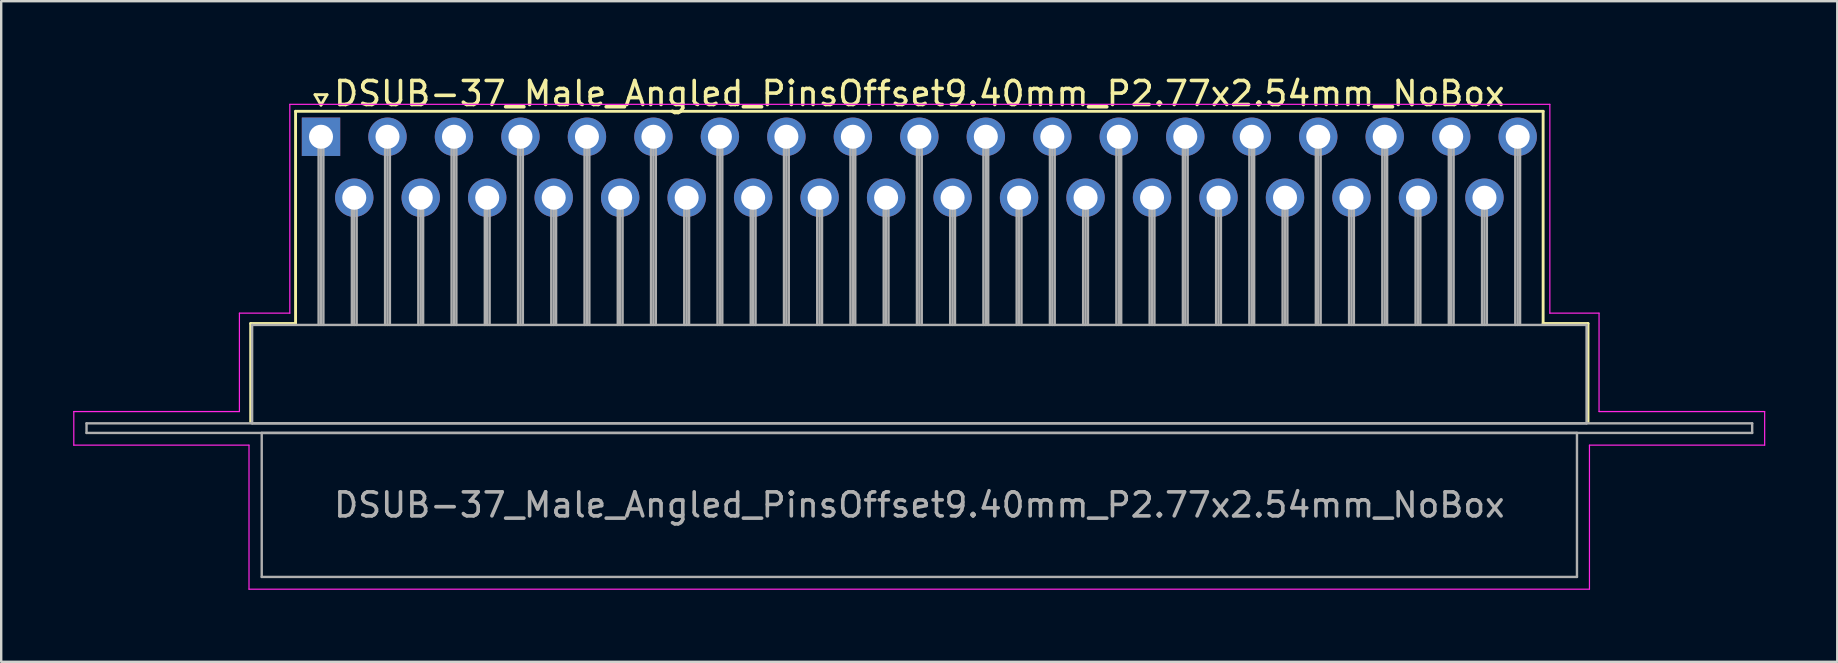
<source format=kicad_pcb>
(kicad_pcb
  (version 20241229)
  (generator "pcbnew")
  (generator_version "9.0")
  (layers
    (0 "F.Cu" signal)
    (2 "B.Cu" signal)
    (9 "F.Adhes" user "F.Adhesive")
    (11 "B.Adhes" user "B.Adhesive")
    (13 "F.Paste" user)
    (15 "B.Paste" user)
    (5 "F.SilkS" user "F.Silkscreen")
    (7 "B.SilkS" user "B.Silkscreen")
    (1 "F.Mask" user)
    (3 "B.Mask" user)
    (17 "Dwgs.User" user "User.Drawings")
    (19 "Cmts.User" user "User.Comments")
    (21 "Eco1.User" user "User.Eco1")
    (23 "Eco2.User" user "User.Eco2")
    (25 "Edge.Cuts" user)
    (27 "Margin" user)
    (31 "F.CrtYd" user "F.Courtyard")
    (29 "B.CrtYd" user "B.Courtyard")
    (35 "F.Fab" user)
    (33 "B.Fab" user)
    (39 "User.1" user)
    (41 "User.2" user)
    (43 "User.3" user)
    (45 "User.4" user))
  (footprint "DSUB-37_Male_Angled_PinsOffset9.40mm_P2.77x2.54mm_NoBox"
    (layer "F.Cu")
    (at 10.325 2.648)
    (property "Reference" "DSUB-37_Male_Angled_PinsOffset9.40mm_P2.77x2.54mm_NoBox" (at 24.93 -1.8 0) (layer "F.SilkS") (effects (font (size 1 1) (thickness 0.15))))
    (attr through_hole)
    (fp_line (start -2.93 7.78) (end -1.06 7.78) (stroke (width 0.12) (type solid)) (layer "F.SilkS"))
    (fp_line (start -2.93 11.88) (end -2.93 7.78) (stroke (width 0.12) (type solid)) (layer "F.SilkS"))
    (fp_line (start -1.06 -1.06) (end 50.92 -1.06) (stroke (width 0.12) (type solid)) (layer "F.SilkS"))
    (fp_line (start -1.06 7.78) (end -1.06 -1.06) (stroke (width 0.12) (type solid)) (layer "F.SilkS"))
    (fp_line (start -0.25 -1.754) (end 0.25 -1.754) (stroke (width 0.12) (type solid)) (layer "F.SilkS"))
    (fp_line (start 0 -1.321) (end -0.25 -1.754) (stroke (width 0.12) (type solid)) (layer "F.SilkS"))
    (fp_line (start 0.25 -1.754) (end 0 -1.321) (stroke (width 0.12) (type solid)) (layer "F.SilkS"))
    (fp_line (start 50.92 -1.06) (end 50.92 7.78) (stroke (width 0.12) (type solid)) (layer "F.SilkS"))
    (fp_line (start 50.92 7.78) (end 52.79 7.78) (stroke (width 0.12) (type solid)) (layer "F.SilkS"))
    (fp_line (start 52.79 7.78) (end 52.79 11.88) (stroke (width 0.12) (type solid)) (layer "F.SilkS"))
    (fp_line (start -10.3 11.45) (end -3.4 11.45) (stroke (width 0.05) (type solid)) (layer "F.CrtYd"))
    (fp_line (start -10.3 12.85) (end -10.3 11.45) (stroke (width 0.05) (type solid)) (layer "F.CrtYd"))
    (fp_line (start -3.4 7.35) (end -1.3 7.35) (stroke (width 0.05) (type solid)) (layer "F.CrtYd"))
    (fp_line (start -3.4 11.45) (end -3.4 7.35) (stroke (width 0.05) (type solid)) (layer "F.CrtYd"))
    (fp_line (start -3 12.85) (end -10.3 12.85) (stroke (width 0.05) (type solid)) (layer "F.CrtYd"))
    (fp_line (start -3 18.85) (end -3 12.85) (stroke (width 0.05) (type solid)) (layer "F.CrtYd"))
    (fp_line (start -1.3 -1.35) (end 51.2 -1.35) (stroke (width 0.05) (type solid)) (layer "F.CrtYd"))
    (fp_line (start -1.3 7.35) (end -1.3 -1.35) (stroke (width 0.05) (type solid)) (layer "F.CrtYd"))
    (fp_line (start 51.2 -1.35) (end 51.2 7.35) (stroke (width 0.05) (type solid)) (layer "F.CrtYd"))
    (fp_line (start 51.2 7.35) (end 53.25 7.35) (stroke (width 0.05) (type solid)) (layer "F.CrtYd"))
    (fp_line (start 52.85 12.85) (end 52.85 18.85) (stroke (width 0.05) (type solid)) (layer "F.CrtYd"))
    (fp_line (start 52.85 18.85) (end -3 18.85) (stroke (width 0.05) (type solid)) (layer "F.CrtYd"))
    (fp_line (start 53.25 7.35) (end 53.25 11.45) (stroke (width 0.05) (type solid)) (layer "F.CrtYd"))
    (fp_line (start 53.25 11.45) (end 60.15 11.45) (stroke (width 0.05) (type solid)) (layer "F.CrtYd"))
    (fp_line (start 60.15 11.45) (end 60.15 12.85) (stroke (width 0.05) (type solid)) (layer "F.CrtYd"))
    (fp_line (start 60.15 12.85) (end 52.85 12.85) (stroke (width 0.05) (type solid)) (layer "F.CrtYd"))
    (fp_line (start -9.77 11.94) (end -9.77 12.34) (stroke (width 0.1) (type solid)) (layer "F.Fab"))
    (fp_line (start -9.77 12.34) (end 59.63 12.34) (stroke (width 0.1) (type solid)) (layer "F.Fab"))
    (fp_line (start -2.87 7.84) (end -2.87 11.94) (stroke (width 0.1) (type solid)) (layer "F.Fab"))
    (fp_line (start -2.87 11.94) (end 52.73 11.94) (stroke (width 0.1) (type solid)) (layer "F.Fab"))
    (fp_line (start -2.47 12.34) (end -2.47 18.34) (stroke (width 0.1) (type solid)) (layer "F.Fab"))
    (fp_line (start -2.47 18.34) (end 52.33 18.34) (stroke (width 0.1) (type solid)) (layer "F.Fab"))
    (fp_line (start -0.1 0) (end -0.1 7.84) (stroke (width 0.1) (type solid)) (layer "F.Fab"))
    (fp_line (start 0 0) (end 0 7.84) (stroke (width 0.1) (type solid)) (layer "F.Fab"))
    (fp_line (start 0.1 0) (end 0.1 7.84) (stroke (width 0.1) (type solid)) (layer "F.Fab"))
    (fp_line (start 1.285 2.54) (end 1.285 7.84) (stroke (width 0.1) (type solid)) (layer "F.Fab"))
    (fp_line (start 1.385 2.54) (end 1.385 7.84) (stroke (width 0.1) (type solid)) (layer "F.Fab"))
    (fp_line (start 1.485 2.54) (end 1.485 7.84) (stroke (width 0.1) (type solid)) (layer "F.Fab"))
    (fp_line (start 2.67 0) (end 2.67 7.84) (stroke (width 0.1) (type solid)) (layer "F.Fab"))
    (fp_line (start 2.77 0) (end 2.77 7.84) (stroke (width 0.1) (type solid)) (layer "F.Fab"))
    (fp_line (start 2.87 0) (end 2.87 7.84) (stroke (width 0.1) (type solid)) (layer "F.Fab"))
    (fp_line (start 4.055 2.54) (end 4.055 7.84) (stroke (width 0.1) (type solid)) (layer "F.Fab"))
    (fp_line (start 4.155 2.54) (end 4.155 7.84) (stroke (width 0.1) (type solid)) (layer "F.Fab"))
    (fp_line (start 4.255 2.54) (end 4.255 7.84) (stroke (width 0.1) (type solid)) (layer "F.Fab"))
    (fp_line (start 5.44 0) (end 5.44 7.84) (stroke (width 0.1) (type solid)) (layer "F.Fab"))
    (fp_line (start 5.54 0) (end 5.54 7.84) (stroke (width 0.1) (type solid)) (layer "F.Fab"))
    (fp_line (start 5.64 0) (end 5.64 7.84) (stroke (width 0.1) (type solid)) (layer "F.Fab"))
    (fp_line (start 6.825 2.54) (end 6.825 7.84) (stroke (width 0.1) (type solid)) (layer "F.Fab"))
    (fp_line (start 6.925 2.54) (end 6.925 7.84) (stroke (width 0.1) (type solid)) (layer "F.Fab"))
    (fp_line (start 7.025 2.54) (end 7.025 7.84) (stroke (width 0.1) (type solid)) (layer "F.Fab"))
    (fp_line (start 8.21 0) (end 8.21 7.84) (stroke (width 0.1) (type solid)) (layer "F.Fab"))
    (fp_line (start 8.31 0) (end 8.31 7.84) (stroke (width 0.1) (type solid)) (layer "F.Fab"))
    (fp_line (start 8.41 0) (end 8.41 7.84) (stroke (width 0.1) (type solid)) (layer "F.Fab"))
    (fp_line (start 9.595 2.54) (end 9.595 7.84) (stroke (width 0.1) (type solid)) (layer "F.Fab"))
    (fp_line (start 9.695 2.54) (end 9.695 7.84) (stroke (width 0.1) (type solid)) (layer "F.Fab"))
    (fp_line (start 9.795 2.54) (end 9.795 7.84) (stroke (width 0.1) (type solid)) (layer "F.Fab"))
    (fp_line (start 10.98 0) (end 10.98 7.84) (stroke (width 0.1) (type solid)) (layer "F.Fab"))
    (fp_line (start 11.08 0) (end 11.08 7.84) (stroke (width 0.1) (type solid)) (layer "F.Fab"))
    (fp_line (start 11.18 0) (end 11.18 7.84) (stroke (width 0.1) (type solid)) (layer "F.Fab"))
    (fp_line (start 12.365 2.54) (end 12.365 7.84) (stroke (width 0.1) (type solid)) (layer "F.Fab"))
    (fp_line (start 12.465 2.54) (end 12.465 7.84) (stroke (width 0.1) (type solid)) (layer "F.Fab"))
    (fp_line (start 12.565 2.54) (end 12.565 7.84) (stroke (width 0.1) (type solid)) (layer "F.Fab"))
    (fp_line (start 13.75 0) (end 13.75 7.84) (stroke (width 0.1) (type solid)) (layer "F.Fab"))
    (fp_line (start 13.85 0) (end 13.85 7.84) (stroke (width 0.1) (type solid)) (layer "F.Fab"))
    (fp_line (start 13.95 0) (end 13.95 7.84) (stroke (width 0.1) (type solid)) (layer "F.Fab"))
    (fp_line (start 15.135 2.54) (end 15.135 7.84) (stroke (width 0.1) (type solid)) (layer "F.Fab"))
    (fp_line (start 15.235 2.54) (end 15.235 7.84) (stroke (width 0.1) (type solid)) (layer "F.Fab"))
    (fp_line (start 15.335 2.54) (end 15.335 7.84) (stroke (width 0.1) (type solid)) (layer "F.Fab"))
    (fp_line (start 16.52 0) (end 16.52 7.84) (stroke (width 0.1) (type solid)) (layer "F.Fab"))
    (fp_line (start 16.62 0) (end 16.62 7.84) (stroke (width 0.1) (type solid)) (layer "F.Fab"))
    (fp_line (start 16.72 0) (end 16.72 7.84) (stroke (width 0.1) (type solid)) (layer "F.Fab"))
    (fp_line (start 17.905 2.54) (end 17.905 7.84) (stroke (width 0.1) (type solid)) (layer "F.Fab"))
    (fp_line (start 18.005 2.54) (end 18.005 7.84) (stroke (width 0.1) (type solid)) (layer "F.Fab"))
    (fp_line (start 18.105 2.54) (end 18.105 7.84) (stroke (width 0.1) (type solid)) (layer "F.Fab"))
    (fp_line (start 19.29 0) (end 19.29 7.84) (stroke (width 0.1) (type solid)) (layer "F.Fab"))
    (fp_line (start 19.39 0) (end 19.39 7.84) (stroke (width 0.1) (type solid)) (layer "F.Fab"))
    (fp_line (start 19.49 0) (end 19.49 7.84) (stroke (width 0.1) (type solid)) (layer "F.Fab"))
    (fp_line (start 20.675 2.54) (end 20.675 7.84) (stroke (width 0.1) (type solid)) (layer "F.Fab"))
    (fp_line (start 20.775 2.54) (end 20.775 7.84) (stroke (width 0.1) (type solid)) (layer "F.Fab"))
    (fp_line (start 20.875 2.54) (end 20.875 7.84) (stroke (width 0.1) (type solid)) (layer "F.Fab"))
    (fp_line (start 22.06 0) (end 22.06 7.84) (stroke (width 0.1) (type solid)) (layer "F.Fab"))
    (fp_line (start 22.16 0) (end 22.16 7.84) (stroke (width 0.1) (type solid)) (layer "F.Fab"))
    (fp_line (start 22.26 0) (end 22.26 7.84) (stroke (width 0.1) (type solid)) (layer "F.Fab"))
    (fp_line (start 23.445 2.54) (end 23.445 7.84) (stroke (width 0.1) (type solid)) (layer "F.Fab"))
    (fp_line (start 23.545 2.54) (end 23.545 7.84) (stroke (width 0.1) (type solid)) (layer "F.Fab"))
    (fp_line (start 23.645 2.54) (end 23.645 7.84) (stroke (width 0.1) (type solid)) (layer "F.Fab"))
    (fp_line (start 24.83 0) (end 24.83 7.84) (stroke (width 0.1) (type solid)) (layer "F.Fab"))
    (fp_line (start 24.93 0) (end 24.93 7.84) (stroke (width 0.1) (type solid)) (layer "F.Fab"))
    (fp_line (start 25.03 0) (end 25.03 7.84) (stroke (width 0.1) (type solid)) (layer "F.Fab"))
    (fp_line (start 26.215 2.54) (end 26.215 7.84) (stroke (width 0.1) (type solid)) (layer "F.Fab"))
    (fp_line (start 26.315 2.54) (end 26.315 7.84) (stroke (width 0.1) (type solid)) (layer "F.Fab"))
    (fp_line (start 26.415 2.54) (end 26.415 7.84) (stroke (width 0.1) (type solid)) (layer "F.Fab"))
    (fp_line (start 27.6 0) (end 27.6 7.84) (stroke (width 0.1) (type solid)) (layer "F.Fab"))
    (fp_line (start 27.7 0) (end 27.7 7.84) (stroke (width 0.1) (type solid)) (layer "F.Fab"))
    (fp_line (start 27.8 0) (end 27.8 7.84) (stroke (width 0.1) (type solid)) (layer "F.Fab"))
    (fp_line (start 28.985 2.54) (end 28.985 7.84) (stroke (width 0.1) (type solid)) (layer "F.Fab"))
    (fp_line (start 29.085 2.54) (end 29.085 7.84) (stroke (width 0.1) (type solid)) (layer "F.Fab"))
    (fp_line (start 29.185 2.54) (end 29.185 7.84) (stroke (width 0.1) (type solid)) (layer "F.Fab"))
    (fp_line (start 30.37 0) (end 30.37 7.84) (stroke (width 0.1) (type solid)) (layer "F.Fab"))
    (fp_line (start 30.47 0) (end 30.47 7.84) (stroke (width 0.1) (type solid)) (layer "F.Fab"))
    (fp_line (start 30.57 0) (end 30.57 7.84) (stroke (width 0.1) (type solid)) (layer "F.Fab"))
    (fp_line (start 31.755 2.54) (end 31.755 7.84) (stroke (width 0.1) (type solid)) (layer "F.Fab"))
    (fp_line (start 31.855 2.54) (end 31.855 7.84) (stroke (width 0.1) (type solid)) (layer "F.Fab"))
    (fp_line (start 31.955 2.54) (end 31.955 7.84) (stroke (width 0.1) (type solid)) (layer "F.Fab"))
    (fp_line (start 33.14 0) (end 33.14 7.84) (stroke (width 0.1) (type solid)) (layer "F.Fab"))
    (fp_line (start 33.24 0) (end 33.24 7.84) (stroke (width 0.1) (type solid)) (layer "F.Fab"))
    (fp_line (start 33.34 0) (end 33.34 7.84) (stroke (width 0.1) (type solid)) (layer "F.Fab"))
    (fp_line (start 34.525 2.54) (end 34.525 7.84) (stroke (width 0.1) (type solid)) (layer "F.Fab"))
    (fp_line (start 34.625 2.54) (end 34.625 7.84) (stroke (width 0.1) (type solid)) (layer "F.Fab"))
    (fp_line (start 34.725 2.54) (end 34.725 7.84) (stroke (width 0.1) (type solid)) (layer "F.Fab"))
    (fp_line (start 35.91 0) (end 35.91 7.84) (stroke (width 0.1) (type solid)) (layer "F.Fab"))
    (fp_line (start 36.01 0) (end 36.01 7.84) (stroke (width 0.1) (type solid)) (layer "F.Fab"))
    (fp_line (start 36.11 0) (end 36.11 7.84) (stroke (width 0.1) (type solid)) (layer "F.Fab"))
    (fp_line (start 37.295 2.54) (end 37.295 7.84) (stroke (width 0.1) (type solid)) (layer "F.Fab"))
    (fp_line (start 37.395 2.54) (end 37.395 7.84) (stroke (width 0.1) (type solid)) (layer "F.Fab"))
    (fp_line (start 37.495 2.54) (end 37.495 7.84) (stroke (width 0.1) (type solid)) (layer "F.Fab"))
    (fp_line (start 38.68 0) (end 38.68 7.84) (stroke (width 0.1) (type solid)) (layer "F.Fab"))
    (fp_line (start 38.78 0) (end 38.78 7.84) (stroke (width 0.1) (type solid)) (layer "F.Fab"))
    (fp_line (start 38.88 0) (end 38.88 7.84) (stroke (width 0.1) (type solid)) (layer "F.Fab"))
    (fp_line (start 40.065 2.54) (end 40.065 7.84) (stroke (width 0.1) (type solid)) (layer "F.Fab"))
    (fp_line (start 40.165 2.54) (end 40.165 7.84) (stroke (width 0.1) (type solid)) (layer "F.Fab"))
    (fp_line (start 40.265 2.54) (end 40.265 7.84) (stroke (width 0.1) (type solid)) (layer "F.Fab"))
    (fp_line (start 41.45 0) (end 41.45 7.84) (stroke (width 0.1) (type solid)) (layer "F.Fab"))
    (fp_line (start 41.55 0) (end 41.55 7.84) (stroke (width 0.1) (type solid)) (layer "F.Fab"))
    (fp_line (start 41.65 0) (end 41.65 7.84) (stroke (width 0.1) (type solid)) (layer "F.Fab"))
    (fp_line (start 42.835 2.54) (end 42.835 7.84) (stroke (width 0.1) (type solid)) (layer "F.Fab"))
    (fp_line (start 42.935 2.54) (end 42.935 7.84) (stroke (width 0.1) (type solid)) (layer "F.Fab"))
    (fp_line (start 43.035 2.54) (end 43.035 7.84) (stroke (width 0.1) (type solid)) (layer "F.Fab"))
    (fp_line (start 44.22 0) (end 44.22 7.84) (stroke (width 0.1) (type solid)) (layer "F.Fab"))
    (fp_line (start 44.32 0) (end 44.32 7.84) (stroke (width 0.1) (type solid)) (layer "F.Fab"))
    (fp_line (start 44.42 0) (end 44.42 7.84) (stroke (width 0.1) (type solid)) (layer "F.Fab"))
    (fp_line (start 45.605 2.54) (end 45.605 7.84) (stroke (width 0.1) (type solid)) (layer "F.Fab"))
    (fp_line (start 45.705 2.54) (end 45.705 7.84) (stroke (width 0.1) (type solid)) (layer "F.Fab"))
    (fp_line (start 45.805 2.54) (end 45.805 7.84) (stroke (width 0.1) (type solid)) (layer "F.Fab"))
    (fp_line (start 46.99 0) (end 46.99 7.84) (stroke (width 0.1) (type solid)) (layer "F.Fab"))
    (fp_line (start 47.09 0) (end 47.09 7.84) (stroke (width 0.1) (type solid)) (layer "F.Fab"))
    (fp_line (start 47.19 0) (end 47.19 7.84) (stroke (width 0.1) (type solid)) (layer "F.Fab"))
    (fp_line (start 48.375 2.54) (end 48.375 7.84) (stroke (width 0.1) (type solid)) (layer "F.Fab"))
    (fp_line (start 48.475 2.54) (end 48.475 7.84) (stroke (width 0.1) (type solid)) (layer "F.Fab"))
    (fp_line (start 48.575 2.54) (end 48.575 7.84) (stroke (width 0.1) (type solid)) (layer "F.Fab"))
    (fp_line (start 49.76 0) (end 49.76 7.84) (stroke (width 0.1) (type solid)) (layer "F.Fab"))
    (fp_line (start 49.86 0) (end 49.86 7.84) (stroke (width 0.1) (type solid)) (layer "F.Fab"))
    (fp_line (start 49.96 0) (end 49.96 7.84) (stroke (width 0.1) (type solid)) (layer "F.Fab"))
    (fp_line (start 52.33 12.34) (end -2.47 12.34) (stroke (width 0.1) (type solid)) (layer "F.Fab"))
    (fp_line (start 52.33 18.34) (end 52.33 12.34) (stroke (width 0.1) (type solid)) (layer "F.Fab"))
    (fp_line (start 52.73 7.84) (end -2.87 7.84) (stroke (width 0.1) (type solid)) (layer "F.Fab"))
    (fp_line (start 52.73 11.94) (end 52.73 7.84) (stroke (width 0.1) (type solid)) (layer "F.Fab"))
    (fp_line (start 59.63 11.94) (end -9.77 11.94) (stroke (width 0.1) (type solid)) (layer "F.Fab"))
    (fp_line (start 59.63 12.34) (end 59.63 11.94) (stroke (width 0.1) (type solid)) (layer "F.Fab"))
    (fp_text user "${REFERENCE}" (at 24.93 15.34 0) (layer "F.Fab") (effects (font (size 1 1) (thickness 0.15))))
    (pad "1" thru_hole rect (at 0 0) (size 1.6 1.6) (drill 1) (layers "*.Cu" "*.Mask"))
    (pad "2" thru_hole circle (at 2.77 0) (size 1.6 1.6) (drill 1) (layers "*.Cu" "*.Mask"))
    (pad "3" thru_hole circle (at 5.54 0) (size 1.6 1.6) (drill 1) (layers "*.Cu" "*.Mask"))
    (pad "4" thru_hole circle (at 8.31 0) (size 1.6 1.6) (drill 1) (layers "*.Cu" "*.Mask"))
    (pad "5" thru_hole circle (at 11.08 0) (size 1.6 1.6) (drill 1) (layers "*.Cu" "*.Mask"))
    (pad "6" thru_hole circle (at 13.85 0) (size 1.6 1.6) (drill 1) (layers "*.Cu" "*.Mask"))
    (pad "7" thru_hole circle (at 16.62 0) (size 1.6 1.6) (drill 1) (layers "*.Cu" "*.Mask"))
    (pad "8" thru_hole circle (at 19.39 0) (size 1.6 1.6) (drill 1) (layers "*.Cu" "*.Mask"))
    (pad "9" thru_hole circle (at 22.16 0) (size 1.6 1.6) (drill 1) (layers "*.Cu" "*.Mask"))
    (pad "10" thru_hole circle (at 24.93 0) (size 1.6 1.6) (drill 1) (layers "*.Cu" "*.Mask"))
    (pad "11" thru_hole circle (at 27.7 0) (size 1.6 1.6) (drill 1) (layers "*.Cu" "*.Mask"))
    (pad "12" thru_hole circle (at 30.47 0) (size 1.6 1.6) (drill 1) (layers "*.Cu" "*.Mask"))
    (pad "13" thru_hole circle (at 33.24 0) (size 1.6 1.6) (drill 1) (layers "*.Cu" "*.Mask"))
    (pad "14" thru_hole circle (at 36.01 0) (size 1.6 1.6) (drill 1) (layers "*.Cu" "*.Mask"))
    (pad "15" thru_hole circle (at 38.78 0) (size 1.6 1.6) (drill 1) (layers "*.Cu" "*.Mask"))
    (pad "16" thru_hole circle (at 41.55 0) (size 1.6 1.6) (drill 1) (layers "*.Cu" "*.Mask"))
    (pad "17" thru_hole circle (at 44.32 0) (size 1.6 1.6) (drill 1) (layers "*.Cu" "*.Mask"))
    (pad "18" thru_hole circle (at 47.09 0) (size 1.6 1.6) (drill 1) (layers "*.Cu" "*.Mask"))
    (pad "19" thru_hole circle (at 49.86 0) (size 1.6 1.6) (drill 1) (layers "*.Cu" "*.Mask"))
    (pad "20" thru_hole circle (at 1.385 2.54) (size 1.6 1.6) (drill 1) (layers "*.Cu" "*.Mask"))
    (pad "21" thru_hole circle (at 4.155 2.54) (size 1.6 1.6) (drill 1) (layers "*.Cu" "*.Mask"))
    (pad "22" thru_hole circle (at 6.925 2.54) (size 1.6 1.6) (drill 1) (layers "*.Cu" "*.Mask"))
    (pad "23" thru_hole circle (at 9.695 2.54) (size 1.6 1.6) (drill 1) (layers "*.Cu" "*.Mask"))
    (pad "24" thru_hole circle (at 12.465 2.54) (size 1.6 1.6) (drill 1) (layers "*.Cu" "*.Mask"))
    (pad "25" thru_hole circle (at 15.235 2.54) (size 1.6 1.6) (drill 1) (layers "*.Cu" "*.Mask"))
    (pad "26" thru_hole circle (at 18.005 2.54) (size 1.6 1.6) (drill 1) (layers "*.Cu" "*.Mask"))
    (pad "27" thru_hole circle (at 20.775 2.54) (size 1.6 1.6) (drill 1) (layers "*.Cu" "*.Mask"))
    (pad "28" thru_hole circle (at 23.545 2.54) (size 1.6 1.6) (drill 1) (layers "*.Cu" "*.Mask"))
    (pad "29" thru_hole circle (at 26.315 2.54) (size 1.6 1.6) (drill 1) (layers "*.Cu" "*.Mask"))
    (pad "30" thru_hole circle (at 29.085 2.54) (size 1.6 1.6) (drill 1) (layers "*.Cu" "*.Mask"))
    (pad "31" thru_hole circle (at 31.855 2.54) (size 1.6 1.6) (drill 1) (layers "*.Cu" "*.Mask"))
    (pad "32" thru_hole circle (at 34.625 2.54) (size 1.6 1.6) (drill 1) (layers "*.Cu" "*.Mask"))
    (pad "33" thru_hole circle (at 37.395 2.54) (size 1.6 1.6) (drill 1) (layers "*.Cu" "*.Mask"))
    (pad "34" thru_hole circle (at 40.165 2.54) (size 1.6 1.6) (drill 1) (layers "*.Cu" "*.Mask"))
    (pad "35" thru_hole circle (at 42.935 2.54) (size 1.6 1.6) (drill 1) (layers "*.Cu" "*.Mask"))
    (pad "36" thru_hole circle (at 45.705 2.54) (size 1.6 1.6) (drill 1) (layers "*.Cu" "*.Mask"))
    (pad "37" thru_hole circle (at 48.475 2.54) (size 1.6 1.6) (drill 1) (layers "*.Cu" "*.Mask")))
  (gr_rect
    (start -3 -3)
    (end 73.5 24.523)
    (stroke (width 0.1) (type default))
    (fill no)
    (layer "Edge.Cuts")))
</source>
